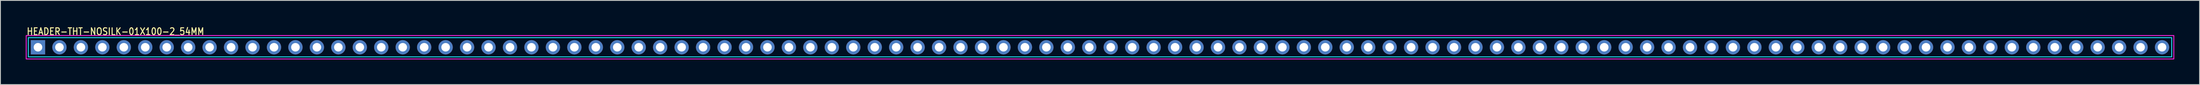
<source format=kicad_pcb>
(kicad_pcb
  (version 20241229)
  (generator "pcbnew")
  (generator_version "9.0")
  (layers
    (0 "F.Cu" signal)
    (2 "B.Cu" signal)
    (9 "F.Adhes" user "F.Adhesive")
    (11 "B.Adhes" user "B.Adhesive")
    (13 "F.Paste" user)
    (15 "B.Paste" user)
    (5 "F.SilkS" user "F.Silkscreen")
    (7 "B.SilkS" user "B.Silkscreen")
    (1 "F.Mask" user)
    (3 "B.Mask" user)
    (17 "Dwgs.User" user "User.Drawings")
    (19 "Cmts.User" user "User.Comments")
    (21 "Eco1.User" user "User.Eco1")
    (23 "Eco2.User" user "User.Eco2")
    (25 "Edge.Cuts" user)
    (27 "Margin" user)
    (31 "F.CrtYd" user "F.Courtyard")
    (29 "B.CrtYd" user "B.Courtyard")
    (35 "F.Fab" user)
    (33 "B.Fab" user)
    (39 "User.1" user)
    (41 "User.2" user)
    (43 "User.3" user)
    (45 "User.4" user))
  (footprint "HEADER-THT-NOSILK-01X100-2_54MM"
    (layer "F.Cu")
    (at 1.447 2.579)
    (property "Reference" "HEADER-THT-NOSILK-01X100-2_54MM" (at -1.4 -1.4 0) (unlocked yes) (layer "F.SilkS") (effects (font (size 0.813 0.695) (thickness 0.122)) (justify left bottom)))
    (fp_poly (pts (xy -1.143 -1.143) (xy 252.603 -1.143) (xy 252.603 1.143) (xy -1.143 1.143)) (stroke (width 0.1) (type solid)) (fill no) (layer "B.CrtYd"))
    (fp_poly (pts (xy -1.397 -1.397) (xy 252.857 -1.397) (xy 252.857 1.397) (xy -1.397 1.397)) (stroke (width 0.1) (type solid)) (fill no) (layer "F.CrtYd"))
    (pad "P$1" thru_hole rect (at 0 0) (size 1.693 1.693) (drill 1.016) (layers "*.Cu" "*.Mask"))
    (pad "P$2" thru_hole oval (at 2.54 0) (size 1.693 1.693) (drill 1.016) (layers "*.Cu" "*.Mask"))
    (pad "P$3" thru_hole oval (at 5.08 0) (size 1.693 1.693) (drill 1.016) (layers "*.Cu" "*.Mask"))
    (pad "P$4" thru_hole oval (at 7.62 0) (size 1.693 1.693) (drill 1.016) (layers "*.Cu" "*.Mask"))
    (pad "P$5" thru_hole oval (at 10.16 0) (size 1.693 1.693) (drill 1.016) (layers "*.Cu" "*.Mask"))
    (pad "P$6" thru_hole oval (at 12.7 0) (size 1.693 1.693) (drill 1.016) (layers "*.Cu" "*.Mask"))
    (pad "P$7" thru_hole oval (at 15.24 0) (size 1.693 1.693) (drill 1.016) (layers "*.Cu" "*.Mask"))
    (pad "P$8" thru_hole oval (at 17.78 0) (size 1.693 1.693) (drill 1.016) (layers "*.Cu" "*.Mask"))
    (pad "P$9" thru_hole oval (at 20.32 0) (size 1.693 1.693) (drill 1.016) (layers "*.Cu" "*.Mask"))
    (pad "P$10" thru_hole oval (at 22.86 0) (size 1.693 1.693) (drill 1.016) (layers "*.Cu" "*.Mask"))
    (pad "P$11" thru_hole oval (at 25.4 0) (size 1.693 1.693) (drill 1.016) (layers "*.Cu" "*.Mask"))
    (pad "P$12" thru_hole oval (at 27.94 0) (size 1.693 1.693) (drill 1.016) (layers "*.Cu" "*.Mask"))
    (pad "P$13" thru_hole oval (at 30.48 0) (size 1.693 1.693) (drill 1.016) (layers "*.Cu" "*.Mask"))
    (pad "P$14" thru_hole oval (at 33.02 0) (size 1.693 1.693) (drill 1.016) (layers "*.Cu" "*.Mask"))
    (pad "P$15" thru_hole oval (at 35.56 0) (size 1.693 1.693) (drill 1.016) (layers "*.Cu" "*.Mask"))
    (pad "P$16" thru_hole oval (at 38.1 0) (size 1.693 1.693) (drill 1.016) (layers "*.Cu" "*.Mask"))
    (pad "P$17" thru_hole oval (at 40.64 0) (size 1.693 1.693) (drill 1.016) (layers "*.Cu" "*.Mask"))
    (pad "P$18" thru_hole oval (at 43.18 0) (size 1.693 1.693) (drill 1.016) (layers "*.Cu" "*.Mask"))
    (pad "P$19" thru_hole oval (at 45.72 0) (size 1.693 1.693) (drill 1.016) (layers "*.Cu" "*.Mask"))
    (pad "P$20" thru_hole oval (at 48.26 0) (size 1.693 1.693) (drill 1.016) (layers "*.Cu" "*.Mask"))
    (pad "P$21" thru_hole oval (at 50.8 0) (size 1.693 1.693) (drill 1.016) (layers "*.Cu" "*.Mask"))
    (pad "P$22" thru_hole oval (at 53.34 0) (size 1.693 1.693) (drill 1.016) (layers "*.Cu" "*.Mask"))
    (pad "P$23" thru_hole oval (at 55.88 0) (size 1.693 1.693) (drill 1.016) (layers "*.Cu" "*.Mask"))
    (pad "P$24" thru_hole oval (at 58.42 0) (size 1.693 1.693) (drill 1.016) (layers "*.Cu" "*.Mask"))
    (pad "P$25" thru_hole oval (at 60.96 0) (size 1.693 1.693) (drill 1.016) (layers "*.Cu" "*.Mask"))
    (pad "P$26" thru_hole oval (at 63.5 0) (size 1.693 1.693) (drill 1.016) (layers "*.Cu" "*.Mask"))
    (pad "P$27" thru_hole oval (at 66.04 0) (size 1.693 1.693) (drill 1.016) (layers "*.Cu" "*.Mask"))
    (pad "P$28" thru_hole oval (at 68.58 0) (size 1.693 1.693) (drill 1.016) (layers "*.Cu" "*.Mask"))
    (pad "P$29" thru_hole oval (at 71.12 0) (size 1.693 1.693) (drill 1.016) (layers "*.Cu" "*.Mask"))
    (pad "P$30" thru_hole oval (at 73.66 0) (size 1.693 1.693) (drill 1.016) (layers "*.Cu" "*.Mask"))
    (pad "P$31" thru_hole oval (at 76.2 0) (size 1.693 1.693) (drill 1.016) (layers "*.Cu" "*.Mask"))
    (pad "P$32" thru_hole oval (at 78.74 0) (size 1.693 1.693) (drill 1.016) (layers "*.Cu" "*.Mask"))
    (pad "P$33" thru_hole oval (at 81.28 0) (size 1.693 1.693) (drill 1.016) (layers "*.Cu" "*.Mask"))
    (pad "P$34" thru_hole oval (at 83.82 0) (size 1.693 1.693) (drill 1.016) (layers "*.Cu" "*.Mask"))
    (pad "P$35" thru_hole oval (at 86.36 0) (size 1.693 1.693) (drill 1.016) (layers "*.Cu" "*.Mask"))
    (pad "P$36" thru_hole oval (at 88.9 0) (size 1.693 1.693) (drill 1.016) (layers "*.Cu" "*.Mask"))
    (pad "P$37" thru_hole oval (at 91.44 0) (size 1.693 1.693) (drill 1.016) (layers "*.Cu" "*.Mask"))
    (pad "P$38" thru_hole oval (at 93.98 0) (size 1.693 1.693) (drill 1.016) (layers "*.Cu" "*.Mask"))
    (pad "P$39" thru_hole oval (at 96.52 0) (size 1.693 1.693) (drill 1.016) (layers "*.Cu" "*.Mask"))
    (pad "P$40" thru_hole oval (at 99.06 0) (size 1.693 1.693) (drill 1.016) (layers "*.Cu" "*.Mask"))
    (pad "P$41" thru_hole oval (at 101.6 0) (size 1.693 1.693) (drill 1.016) (layers "*.Cu" "*.Mask"))
    (pad "P$42" thru_hole oval (at 104.14 0) (size 1.693 1.693) (drill 1.016) (layers "*.Cu" "*.Mask"))
    (pad "P$43" thru_hole oval (at 106.68 0) (size 1.693 1.693) (drill 1.016) (layers "*.Cu" "*.Mask"))
    (pad "P$44" thru_hole oval (at 109.22 0) (size 1.693 1.693) (drill 1.016) (layers "*.Cu" "*.Mask"))
    (pad "P$45" thru_hole oval (at 111.76 0) (size 1.693 1.693) (drill 1.016) (layers "*.Cu" "*.Mask"))
    (pad "P$46" thru_hole oval (at 114.3 0) (size 1.693 1.693) (drill 1.016) (layers "*.Cu" "*.Mask"))
    (pad "P$47" thru_hole oval (at 116.84 0) (size 1.693 1.693) (drill 1.016) (layers "*.Cu" "*.Mask"))
    (pad "P$48" thru_hole oval (at 119.38 0) (size 1.693 1.693) (drill 1.016) (layers "*.Cu" "*.Mask"))
    (pad "P$49" thru_hole oval (at 121.92 0) (size 1.693 1.693) (drill 1.016) (layers "*.Cu" "*.Mask"))
    (pad "P$50" thru_hole oval (at 124.46 0) (size 1.693 1.693) (drill 1.016) (layers "*.Cu" "*.Mask"))
    (pad "P$51" thru_hole oval (at 127 0) (size 1.693 1.693) (drill 1.016) (layers "*.Cu" "*.Mask"))
    (pad "P$52" thru_hole oval (at 129.54 0) (size 1.693 1.693) (drill 1.016) (layers "*.Cu" "*.Mask"))
    (pad "P$53" thru_hole oval (at 132.08 0) (size 1.693 1.693) (drill 1.016) (layers "*.Cu" "*.Mask"))
    (pad "P$54" thru_hole oval (at 134.62 0) (size 1.693 1.693) (drill 1.016) (layers "*.Cu" "*.Mask"))
    (pad "P$55" thru_hole oval (at 137.16 0) (size 1.693 1.693) (drill 1.016) (layers "*.Cu" "*.Mask"))
    (pad "P$56" thru_hole oval (at 139.7 0) (size 1.693 1.693) (drill 1.016) (layers "*.Cu" "*.Mask"))
    (pad "P$57" thru_hole oval (at 142.24 0) (size 1.693 1.693) (drill 1.016) (layers "*.Cu" "*.Mask"))
    (pad "P$58" thru_hole oval (at 144.78 0) (size 1.693 1.693) (drill 1.016) (layers "*.Cu" "*.Mask"))
    (pad "P$59" thru_hole oval (at 147.32 0) (size 1.693 1.693) (drill 1.016) (layers "*.Cu" "*.Mask"))
    (pad "P$60" thru_hole oval (at 149.86 0) (size 1.693 1.693) (drill 1.016) (layers "*.Cu" "*.Mask"))
    (pad "P$61" thru_hole oval (at 152.4 0) (size 1.693 1.693) (drill 1.016) (layers "*.Cu" "*.Mask"))
    (pad "P$62" thru_hole oval (at 154.94 0) (size 1.693 1.693) (drill 1.016) (layers "*.Cu" "*.Mask"))
    (pad "P$63" thru_hole oval (at 157.48 0) (size 1.693 1.693) (drill 1.016) (layers "*.Cu" "*.Mask"))
    (pad "P$64" thru_hole oval (at 160.02 0) (size 1.693 1.693) (drill 1.016) (layers "*.Cu" "*.Mask"))
    (pad "P$65" thru_hole oval (at 162.56 0) (size 1.693 1.693) (drill 1.016) (layers "*.Cu" "*.Mask"))
    (pad "P$66" thru_hole oval (at 165.1 0) (size 1.693 1.693) (drill 1.016) (layers "*.Cu" "*.Mask"))
    (pad "P$67" thru_hole oval (at 167.64 0) (size 1.693 1.693) (drill 1.016) (layers "*.Cu" "*.Mask"))
    (pad "P$68" thru_hole oval (at 170.18 0) (size 1.693 1.693) (drill 1.016) (layers "*.Cu" "*.Mask"))
    (pad "P$69" thru_hole oval (at 172.72 0) (size 1.693 1.693) (drill 1.016) (layers "*.Cu" "*.Mask"))
    (pad "P$70" thru_hole oval (at 175.26 0) (size 1.693 1.693) (drill 1.016) (layers "*.Cu" "*.Mask"))
    (pad "P$71" thru_hole oval (at 177.8 0) (size 1.693 1.693) (drill 1.016) (layers "*.Cu" "*.Mask"))
    (pad "P$72" thru_hole oval (at 180.34 0) (size 1.693 1.693) (drill 1.016) (layers "*.Cu" "*.Mask"))
    (pad "P$73" thru_hole oval (at 182.88 0) (size 1.693 1.693) (drill 1.016) (layers "*.Cu" "*.Mask"))
    (pad "P$74" thru_hole oval (at 185.42 0) (size 1.693 1.693) (drill 1.016) (layers "*.Cu" "*.Mask"))
    (pad "P$75" thru_hole oval (at 187.96 0) (size 1.693 1.693) (drill 1.016) (layers "*.Cu" "*.Mask"))
    (pad "P$76" thru_hole oval (at 190.5 0) (size 1.693 1.693) (drill 1.016) (layers "*.Cu" "*.Mask"))
    (pad "P$77" thru_hole oval (at 193.04 0) (size 1.693 1.693) (drill 1.016) (layers "*.Cu" "*.Mask"))
    (pad "P$78" thru_hole oval (at 195.58 0) (size 1.693 1.693) (drill 1.016) (layers "*.Cu" "*.Mask"))
    (pad "P$79" thru_hole oval (at 198.12 0) (size 1.693 1.693) (drill 1.016) (layers "*.Cu" "*.Mask"))
    (pad "P$80" thru_hole oval (at 200.66 0) (size 1.693 1.693) (drill 1.016) (layers "*.Cu" "*.Mask"))
    (pad "P$81" thru_hole oval (at 203.2 0) (size 1.693 1.693) (drill 1.016) (layers "*.Cu" "*.Mask"))
    (pad "P$82" thru_hole oval (at 205.74 0) (size 1.693 1.693) (drill 1.016) (layers "*.Cu" "*.Mask"))
    (pad "P$83" thru_hole oval (at 208.28 0) (size 1.693 1.693) (drill 1.016) (layers "*.Cu" "*.Mask"))
    (pad "P$84" thru_hole oval (at 210.82 0) (size 1.693 1.693) (drill 1.016) (layers "*.Cu" "*.Mask"))
    (pad "P$85" thru_hole oval (at 213.36 0) (size 1.693 1.693) (drill 1.016) (layers "*.Cu" "*.Mask"))
    (pad "P$86" thru_hole oval (at 215.9 0) (size 1.693 1.693) (drill 1.016) (layers "*.Cu" "*.Mask"))
    (pad "P$87" thru_hole oval (at 218.44 0) (size 1.693 1.693) (drill 1.016) (layers "*.Cu" "*.Mask"))
    (pad "P$88" thru_hole oval (at 220.98 0) (size 1.693 1.693) (drill 1.016) (layers "*.Cu" "*.Mask"))
    (pad "P$89" thru_hole oval (at 223.52 0) (size 1.693 1.693) (drill 1.016) (layers "*.Cu" "*.Mask"))
    (pad "P$90" thru_hole oval (at 226.06 0) (size 1.693 1.693) (drill 1.016) (layers "*.Cu" "*.Mask"))
    (pad "P$91" thru_hole oval (at 228.6 0) (size 1.693 1.693) (drill 1.016) (layers "*.Cu" "*.Mask"))
    (pad "P$92" thru_hole oval (at 231.14 0) (size 1.693 1.693) (drill 1.016) (layers "*.Cu" "*.Mask"))
    (pad "P$93" thru_hole oval (at 233.68 0) (size 1.693 1.693) (drill 1.016) (layers "*.Cu" "*.Mask"))
    (pad "P$94" thru_hole oval (at 236.22 0) (size 1.693 1.693) (drill 1.016) (layers "*.Cu" "*.Mask"))
    (pad "P$95" thru_hole oval (at 238.76 0) (size 1.693 1.693) (drill 1.016) (layers "*.Cu" "*.Mask"))
    (pad "P$96" thru_hole oval (at 241.3 0) (size 1.693 1.693) (drill 1.016) (layers "*.Cu" "*.Mask"))
    (pad "P$97" thru_hole oval (at 243.84 0) (size 1.693 1.693) (drill 1.016) (layers "*.Cu" "*.Mask"))
    (pad "P$98" thru_hole oval (at 246.38 0) (size 1.693 1.693) (drill 1.016) (layers "*.Cu" "*.Mask"))
    (pad "P$99" thru_hole oval (at 248.92 0) (size 1.693 1.693) (drill 1.016) (layers "*.Cu" "*.Mask"))
    (pad "P$100" thru_hole oval (at 251.46 0) (size 1.693 1.693) (drill 1.016) (layers "*.Cu" "*.Mask")))
  (gr_rect
    (start -3 -3)
    (end 257.354 7.026)
    (stroke (width 0.1) (type default))
    (fill no)
    (layer "Edge.Cuts")))
</source>
